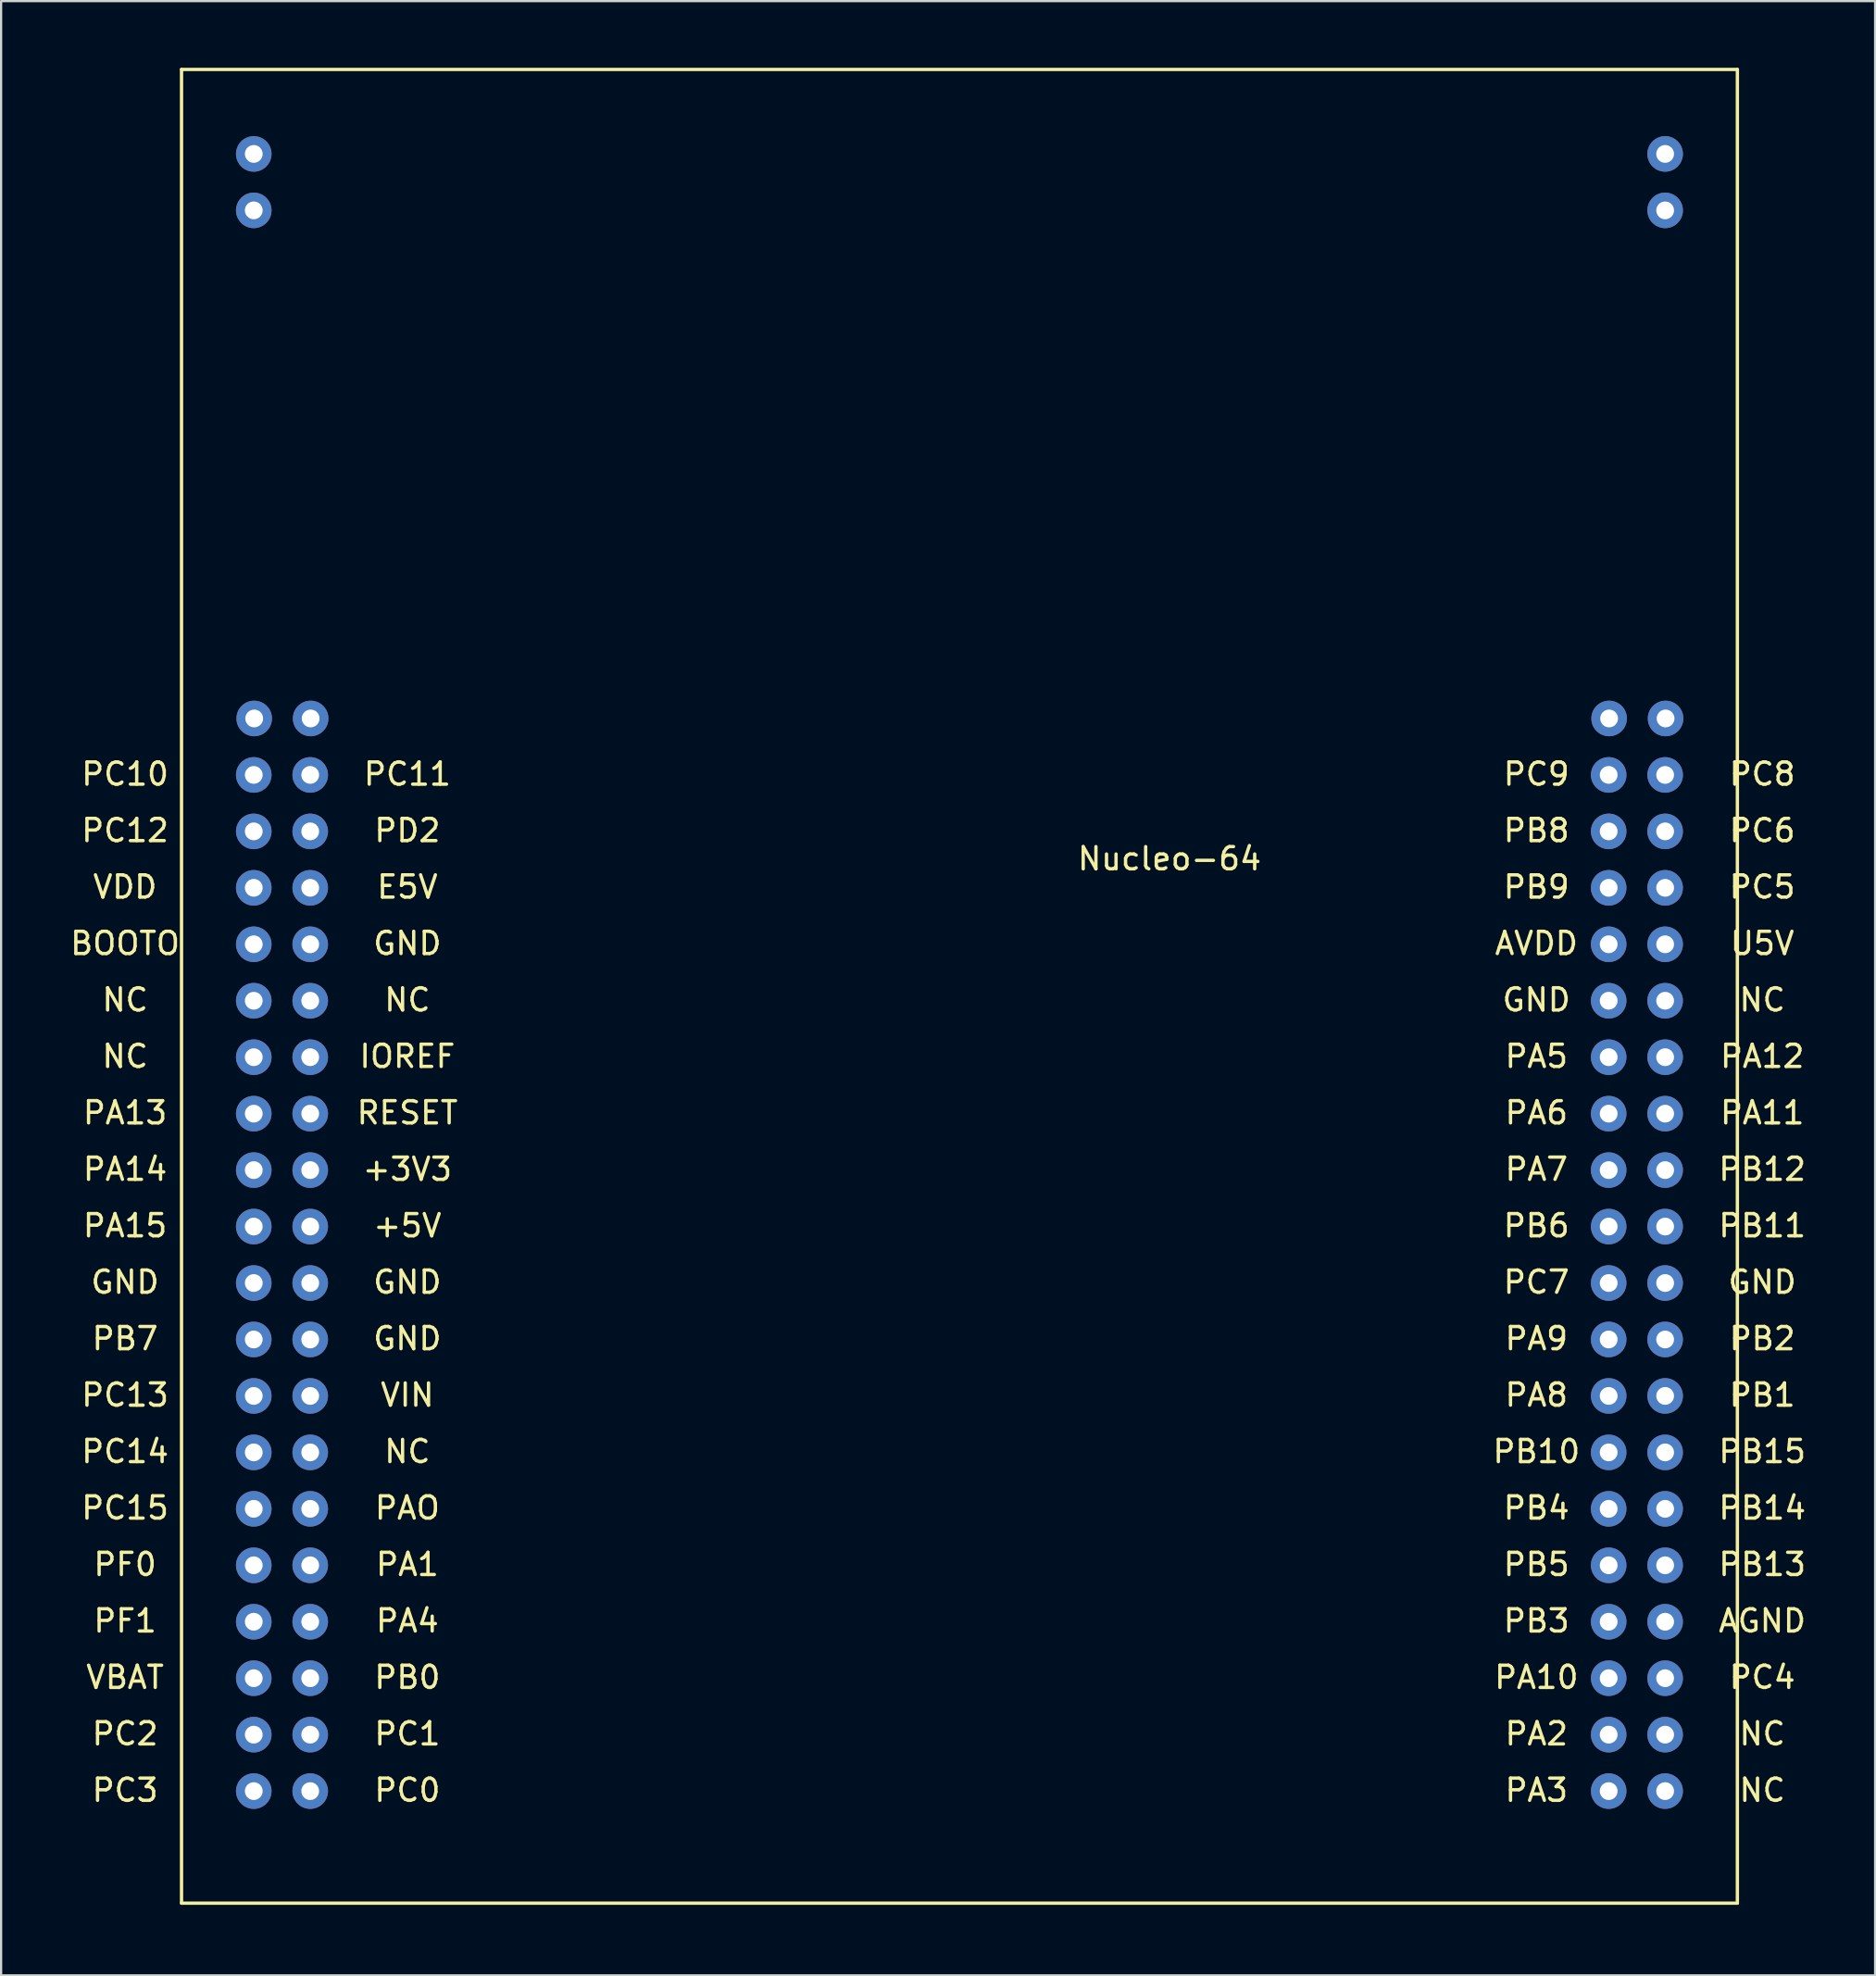
<source format=kicad_pcb>
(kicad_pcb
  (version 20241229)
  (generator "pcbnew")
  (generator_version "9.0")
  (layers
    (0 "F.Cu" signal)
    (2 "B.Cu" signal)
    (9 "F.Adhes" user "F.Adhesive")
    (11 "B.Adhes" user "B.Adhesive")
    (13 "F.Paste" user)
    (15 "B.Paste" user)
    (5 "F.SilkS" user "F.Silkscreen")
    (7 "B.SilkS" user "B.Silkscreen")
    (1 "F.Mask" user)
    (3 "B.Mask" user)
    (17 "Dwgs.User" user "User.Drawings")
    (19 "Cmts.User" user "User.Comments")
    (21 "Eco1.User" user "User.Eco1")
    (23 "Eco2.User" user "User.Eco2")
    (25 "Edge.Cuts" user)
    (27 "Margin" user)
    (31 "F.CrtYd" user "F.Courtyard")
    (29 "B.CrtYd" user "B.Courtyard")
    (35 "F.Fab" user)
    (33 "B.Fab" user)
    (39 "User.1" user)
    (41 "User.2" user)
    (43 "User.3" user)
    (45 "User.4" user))
  (footprint "Nucleo-64"
    (layer "F.Cu")
    (at 5.117 82.575)
    (property "Reference" "Nucleo-64" (at 44.45 -46.99 0) (layer "F.SilkS") (effects (font (size 1 1) (thickness 0.15))))
    (attr through_hole)
    (fp_line (start 0 -82.5) (end 70 -82.5) (stroke (width 0.15) (type solid)) (layer "F.SilkS"))
    (fp_line (start 0 0) (end 0 -82.5) (stroke (width 0.15) (type solid)) (layer "F.SilkS"))
    (fp_line (start 0 0) (end 70 0) (stroke (width 0.15) (type solid)) (layer "F.SilkS"))
    (fp_line (start 70 -82.5) (end 70 0) (stroke (width 0.15) (type solid)) (layer "F.SilkS"))
    (fp_text user "+3V3" (at 10.16 -33.02 0) (layer "F.SilkS") (effects (font (size 1 1) (thickness 0.15))))
    (fp_text user "PC8" (at 71.12 -50.8 0) (layer "F.SilkS") (effects (font (size 1 1) (thickness 0.15))))
    (fp_text user "U5V" (at 71.12 -43.18 0) (layer "F.SilkS") (effects (font (size 1 1) (thickness 0.15))))
    (fp_text user "PC9" (at 60.96 -50.8 0) (layer "F.SilkS") (effects (font (size 1 1) (thickness 0.15))))
    (fp_text user "AGND" (at 71.12 -12.7 0) (layer "F.SilkS") (effects (font (size 1 1) (thickness 0.15))))
    (fp_text user "PB9" (at 60.96 -45.72 0) (layer "F.SilkS") (effects (font (size 1 1) (thickness 0.15))))
    (fp_text user "PC12" (at -2.54 -48.26 0) (layer "F.SilkS") (effects (font (size 1 1) (thickness 0.15))))
    (fp_text user "NC" (at 71.12 -40.64 0) (layer "F.SilkS") (effects (font (size 1 1) (thickness 0.15))))
    (fp_text user "PB2" (at 71.12 -25.4 0) (layer "F.SilkS") (effects (font (size 1 1) (thickness 0.15))))
    (fp_text user "GND" (at 10.16 -25.4 0) (layer "F.SilkS") (effects (font (size 1 1) (thickness 0.15))))
    (fp_text user "PA11" (at 71.12 -35.56 0) (layer "F.SilkS") (effects (font (size 1 1) (thickness 0.15))))
    (fp_text user "PB3" (at 60.96 -12.7 0) (layer "F.SilkS") (effects (font (size 1 1) (thickness 0.15))))
    (fp_text user "PA14" (at -2.54 -33.02 0) (layer "F.SilkS") (effects (font (size 1 1) (thickness 0.15))))
    (fp_text user "PC4" (at 71.12 -10.16 0) (layer "F.SilkS") (effects (font (size 1 1) (thickness 0.15))))
    (fp_text user "GND" (at 60.96 -40.64 0) (layer "F.SilkS") (effects (font (size 1 1) (thickness 0.15))))
    (fp_text user "NC" (at 10.16 -40.64 0) (layer "F.SilkS") (effects (font (size 1 1) (thickness 0.15))))
    (fp_text user "PF1" (at -2.54 -12.7 0) (layer "F.SilkS") (effects (font (size 1 1) (thickness 0.15))))
    (fp_text user "PC11" (at 10.16 -50.8 0) (layer "F.SilkS") (effects (font (size 1 1) (thickness 0.15))))
    (fp_text user "PA6" (at 60.96 -35.56 0) (layer "F.SilkS") (effects (font (size 1 1) (thickness 0.15))))
    (fp_text user "NC" (at -2.54 -40.64 0) (layer "F.SilkS") (effects (font (size 1 1) (thickness 0.15))))
    (fp_text user "NC" (at 10.16 -20.32 0) (layer "F.SilkS") (effects (font (size 1 1) (thickness 0.15))))
    (fp_text user "RESET" (at 10.16 -35.56 0) (layer "F.SilkS") (effects (font (size 1 1) (thickness 0.15))))
    (fp_text user "PB14" (at 71.12 -17.78 0) (layer "F.SilkS") (effects (font (size 1 1) (thickness 0.15))))
    (fp_text user "PB11" (at 71.12 -30.48 0) (layer "F.SilkS") (effects (font (size 1 1) (thickness 0.15))))
    (fp_text user "PC1" (at 10.16 -7.62 0) (layer "F.SilkS") (effects (font (size 1 1) (thickness 0.15))))
    (fp_text user "GND" (at 71.12 -27.94 0) (layer "F.SilkS") (effects (font (size 1 1) (thickness 0.15))))
    (fp_text user "PB5" (at 60.96 -15.24 0) (layer "F.SilkS") (effects (font (size 1 1) (thickness 0.15))))
    (fp_text user "GND" (at -2.54 -27.94 0) (layer "F.SilkS") (effects (font (size 1 1) (thickness 0.15))))
    (fp_text user "PC0" (at 10.16 -5.08 0) (layer "F.SilkS") (effects (font (size 1 1) (thickness 0.15))))
    (fp_text user "PB15" (at 71.12 -20.32 0) (layer "F.SilkS") (effects (font (size 1 1) (thickness 0.15))))
    (fp_text user "PC5" (at 71.12 -45.72 0) (layer "F.SilkS") (effects (font (size 1 1) (thickness 0.15))))
    (fp_text user "PB4" (at 60.96 -17.78 0) (layer "F.SilkS") (effects (font (size 1 1) (thickness 0.15))))
    (fp_text user "PB10" (at 60.96 -20.32 0) (layer "F.SilkS") (effects (font (size 1 1) (thickness 0.15))))
    (fp_text user "GND" (at 10.16 -43.18 0) (layer "F.SilkS") (effects (font (size 1 1) (thickness 0.15))))
    (fp_text user "PB12" (at 71.12 -33.02 0) (layer "F.SilkS") (effects (font (size 1 1) (thickness 0.15))))
    (fp_text user "BOOTO" (at -2.54 -43.18 0) (layer "F.SilkS") (effects (font (size 1 1) (thickness 0.15))))
    (fp_text user "PF0" (at -2.54 -15.24 0) (layer "F.SilkS") (effects (font (size 1 1) (thickness 0.15))))
    (fp_text user "PC13" (at -2.54 -22.86 0) (layer "F.SilkS") (effects (font (size 1 1) (thickness 0.15))))
    (fp_text user "PA2" (at 60.96 -7.62 0) (layer "F.SilkS") (effects (font (size 1 1) (thickness 0.15))))
    (fp_text user "PC10" (at -2.54 -50.8 0) (layer "F.SilkS") (effects (font (size 1 1) (thickness 0.15))))
    (fp_text user "PB7" (at -2.54 -25.4 0) (layer "F.SilkS") (effects (font (size 1 1) (thickness 0.15))))
    (fp_text user "AVDD" (at 60.96 -43.18 0) (layer "F.SilkS") (effects (font (size 1 1) (thickness 0.15))))
    (fp_text user "PC7" (at 60.96 -27.94 0) (layer "F.SilkS") (effects (font (size 1 1) (thickness 0.15))))
    (fp_text user "PB6" (at 60.96 -30.48 0) (layer "F.SilkS") (effects (font (size 1 1) (thickness 0.15))))
    (fp_text user "NC" (at -2.54 -38.1 0) (layer "F.SilkS") (effects (font (size 1 1) (thickness 0.15))))
    (fp_text user "PA3" (at 60.96 -5.08 0) (layer "F.SilkS") (effects (font (size 1 1) (thickness 0.15))))
    (fp_text user "VBAT" (at -2.54 -10.16 0) (layer "F.SilkS") (effects (font (size 1 1) (thickness 0.15))))
    (fp_text user "PC6" (at 71.12 -48.26 0) (layer "F.SilkS") (effects (font (size 1 1) (thickness 0.15))))
    (fp_text user "E5V" (at 10.16 -45.72 0) (layer "F.SilkS") (effects (font (size 1 1) (thickness 0.15))))
    (fp_text user "PA12" (at 71.12 -38.1 0) (layer "F.SilkS") (effects (font (size 1 1) (thickness 0.15))))
    (fp_text user "PC14" (at -2.54 -20.32 0) (layer "F.SilkS") (effects (font (size 1 1) (thickness 0.15))))
    (fp_text user "PB13" (at 71.12 -15.24 0) (layer "F.SilkS") (effects (font (size 1 1) (thickness 0.15))))
    (fp_text user "PA9" (at 60.96 -25.4 0) (layer "F.SilkS") (effects (font (size 1 1) (thickness 0.15))))
    (fp_text user "PA8" (at 60.96 -22.86 0) (layer "F.SilkS") (effects (font (size 1 1) (thickness 0.15))))
    (fp_text user "PC15" (at -2.54 -17.78 0) (layer "F.SilkS") (effects (font (size 1 1) (thickness 0.15))))
    (fp_text user "NC" (at 71.12 -7.62 0) (layer "F.SilkS") (effects (font (size 1 1) (thickness 0.15))))
    (fp_text user "PB0" (at 10.16 -10.16 0) (layer "F.SilkS") (effects (font (size 1 1) (thickness 0.15))))
    (fp_text user "PA10" (at 60.96 -10.16 0) (layer "F.SilkS") (effects (font (size 1 1) (thickness 0.15))))
    (fp_text user "GND" (at 10.16 -27.94 0) (layer "F.SilkS") (effects (font (size 1 1) (thickness 0.15))))
    (fp_text user "PC3" (at -2.54 -5.08 0) (layer "F.SilkS") (effects (font (size 1 1) (thickness 0.15))))
    (fp_text user "PAO" (at 10.16 -17.78 0) (layer "F.SilkS") (effects (font (size 1 1) (thickness 0.15))))
    (fp_text user "PA13" (at -2.54 -35.56 0) (layer "F.SilkS") (effects (font (size 1 1) (thickness 0.15))))
    (fp_text user "PB1" (at 71.12 -22.86 0) (layer "F.SilkS") (effects (font (size 1 1) (thickness 0.15))))
    (fp_text user "PA4" (at 10.16 -12.7 0) (layer "F.SilkS") (effects (font (size 1 1) (thickness 0.15))))
    (fp_text user "NC" (at 71.12 -5.08 0) (layer "F.SilkS") (effects (font (size 1 1) (thickness 0.15))))
    (fp_text user "VIN" (at 10.16 -22.86 0) (layer "F.SilkS") (effects (font (size 1 1) (thickness 0.15))))
    (fp_text user "PA7" (at 60.96 -33.02 0) (layer "F.SilkS") (effects (font (size 1 1) (thickness 0.15))))
    (fp_text user "PA1" (at 10.16 -15.24 0) (layer "F.SilkS") (effects (font (size 1 1) (thickness 0.15))))
    (fp_text user "PB8" (at 60.96 -48.26 0) (layer "F.SilkS") (effects (font (size 1 1) (thickness 0.15))))
    (fp_text user "IOREF" (at 10.16 -38.1 0) (layer "F.SilkS") (effects (font (size 1 1) (thickness 0.15))))
    (fp_text user "PC2" (at -2.54 -7.62 0) (layer "F.SilkS") (effects (font (size 1 1) (thickness 0.15))))
    (fp_text user "PA5" (at 60.96 -38.1 0) (layer "F.SilkS") (effects (font (size 1 1) (thickness 0.15))))
    (fp_text user "VDD" (at -2.54 -45.72 0) (layer "F.SilkS") (effects (font (size 1 1) (thickness 0.15))))
    (fp_text user "+5V" (at 10.16 -30.48 0) (layer "F.SilkS") (effects (font (size 1 1) (thickness 0.15))))
    (fp_text user "PD2" (at 10.16 -48.26 0) (layer "F.SilkS") (effects (font (size 1 1) (thickness 0.15))))
    (fp_text user "PA15" (at -2.54 -30.48 0) (layer "F.SilkS") (effects (font (size 1 1) (thickness 0.15))))
    (pad "1" thru_hole circle (at 3.25 -5.04) (size 1.6 1.6) (drill 0.8) (layers "*.Cu" "*.Mask"))
    (pad "2" thru_hole circle (at 3.25 -7.58) (size 1.6 1.6) (drill 0.8) (layers "*.Cu" "*.Mask"))
    (pad "3" thru_hole circle (at 3.25 -10.12) (size 1.6 1.6) (drill 0.8) (layers "*.Cu" "*.Mask"))
    (pad "4" thru_hole circle (at 3.25 -12.66) (size 1.6 1.6) (drill 0.8) (layers "*.Cu" "*.Mask"))
    (pad "5" thru_hole circle (at 3.25 -15.2) (size 1.6 1.6) (drill 0.8) (layers "*.Cu" "*.Mask"))
    (pad "6" thru_hole circle (at 3.25 -17.74) (size 1.6 1.6) (drill 0.8) (layers "*.Cu" "*.Mask"))
    (pad "7" thru_hole circle (at 3.25 -20.28) (size 1.6 1.6) (drill 0.8) (layers "*.Cu" "*.Mask"))
    (pad "8" thru_hole circle (at 3.25 -22.82) (size 1.6 1.6) (drill 0.8) (layers "*.Cu" "*.Mask"))
    (pad "9" thru_hole circle (at 3.25 -25.36) (size 1.6 1.6) (drill 0.8) (layers "*.Cu" "*.Mask"))
    (pad "10" thru_hole circle (at 3.25 -27.9) (size 1.6 1.6) (drill 0.8) (layers "*.Cu" "*.Mask"))
    (pad "11" thru_hole circle (at 3.25 -30.44) (size 1.6 1.6) (drill 0.8) (layers "*.Cu" "*.Mask"))
    (pad "12" thru_hole circle (at 3.25 -32.98) (size 1.6 1.6) (drill 0.8) (layers "*.Cu" "*.Mask"))
    (pad "13" thru_hole circle (at 3.25 -35.52) (size 1.6 1.6) (drill 0.8) (layers "*.Cu" "*.Mask"))
    (pad "14" thru_hole circle (at 3.25 -38.06) (size 1.6 1.6) (drill 0.8) (layers "*.Cu" "*.Mask"))
    (pad "15" thru_hole circle (at 3.25 -40.6) (size 1.6 1.6) (drill 0.8) (layers "*.Cu" "*.Mask"))
    (pad "16" thru_hole circle (at 3.25 -43.14) (size 1.6 1.6) (drill 0.8) (layers "*.Cu" "*.Mask"))
    (pad "17" thru_hole circle (at 3.25 -45.68) (size 1.6 1.6) (drill 0.8) (layers "*.Cu" "*.Mask"))
    (pad "18" thru_hole circle (at 3.25 -48.22) (size 1.6 1.6) (drill 0.8) (layers "*.Cu" "*.Mask"))
    (pad "19" thru_hole circle (at 3.25 -50.76) (size 1.6 1.6) (drill 0.8) (layers "*.Cu" "*.Mask"))
    (pad "20" thru_hole circle (at 3.27 -53.3) (size 1.6 1.6) (drill 0.8) (layers "*.Cu" "*.Mask"))
    (pad "21" thru_hole circle (at 5.79 -5.04) (size 1.6 1.6) (drill 0.8) (layers "*.Cu" "*.Mask"))
    (pad "22" thru_hole circle (at 5.79 -7.58) (size 1.6 1.6) (drill 0.8) (layers "*.Cu" "*.Mask"))
    (pad "23" thru_hole circle (at 5.79 -10.12) (size 1.6 1.6) (drill 0.8) (layers "*.Cu" "*.Mask"))
    (pad "24" thru_hole circle (at 5.79 -12.66) (size 1.6 1.6) (drill 0.8) (layers "*.Cu" "*.Mask"))
    (pad "25" thru_hole circle (at 5.79 -15.2) (size 1.6 1.6) (drill 0.8) (layers "*.Cu" "*.Mask"))
    (pad "26" thru_hole circle (at 5.79 -17.74) (size 1.6 1.6) (drill 0.8) (layers "*.Cu" "*.Mask"))
    (pad "27" thru_hole circle (at 5.79 -20.28) (size 1.6 1.6) (drill 0.8) (layers "*.Cu" "*.Mask"))
    (pad "28" thru_hole circle (at 5.79 -22.82) (size 1.6 1.6) (drill 0.8) (layers "*.Cu" "*.Mask"))
    (pad "29" thru_hole circle (at 5.79 -25.36) (size 1.6 1.6) (drill 0.8) (layers "*.Cu" "*.Mask"))
    (pad "30" thru_hole circle (at 5.79 -27.9) (size 1.6 1.6) (drill 0.8) (layers "*.Cu" "*.Mask"))
    (pad "31" thru_hole circle (at 5.79 -30.44) (size 1.6 1.6) (drill 0.8) (layers "*.Cu" "*.Mask"))
    (pad "32" thru_hole circle (at 5.79 -32.98) (size 1.6 1.6) (drill 0.8) (layers "*.Cu" "*.Mask"))
    (pad "33" thru_hole circle (at 5.79 -35.52) (size 1.6 1.6) (drill 0.8) (layers "*.Cu" "*.Mask"))
    (pad "34" thru_hole circle (at 5.79 -38.06) (size 1.6 1.6) (drill 0.8) (layers "*.Cu" "*.Mask"))
    (pad "35" thru_hole circle (at 5.79 -40.6) (size 1.6 1.6) (drill 0.8) (layers "*.Cu" "*.Mask"))
    (pad "36" thru_hole circle (at 5.79 -43.14) (size 1.6 1.6) (drill 0.8) (layers "*.Cu" "*.Mask"))
    (pad "37" thru_hole circle (at 5.79 -45.68) (size 1.6 1.6) (drill 0.8) (layers "*.Cu" "*.Mask"))
    (pad "38" thru_hole circle (at 5.79 -48.22) (size 1.6 1.6) (drill 0.8) (layers "*.Cu" "*.Mask"))
    (pad "39" thru_hole circle (at 5.79 -50.76) (size 1.6 1.6) (drill 0.8) (layers "*.Cu" "*.Mask"))
    (pad "40" thru_hole circle (at 5.81 -53.3) (size 1.6 1.6) (drill 0.8) (layers "*.Cu" "*.Mask"))
    (pad "41" thru_hole circle (at 66.75 -5.04) (size 1.6 1.6) (drill 0.8) (layers "*.Cu" "*.Mask"))
    (pad "42" thru_hole circle (at 66.75 -7.58) (size 1.6 1.6) (drill 0.8) (layers "*.Cu" "*.Mask"))
    (pad "43" thru_hole circle (at 66.75 -10.12) (size 1.6 1.6) (drill 0.8) (layers "*.Cu" "*.Mask"))
    (pad "44" thru_hole circle (at 66.75 -12.66) (size 1.6 1.6) (drill 0.8) (layers "*.Cu" "*.Mask"))
    (pad "45" thru_hole circle (at 66.75 -15.2) (size 1.6 1.6) (drill 0.8) (layers "*.Cu" "*.Mask"))
    (pad "46" thru_hole circle (at 66.75 -17.74) (size 1.6 1.6) (drill 0.8) (layers "*.Cu" "*.Mask"))
    (pad "47" thru_hole circle (at 66.75 -20.28) (size 1.6 1.6) (drill 0.8) (layers "*.Cu" "*.Mask"))
    (pad "48" thru_hole circle (at 66.75 -22.82) (size 1.6 1.6) (drill 0.8) (layers "*.Cu" "*.Mask"))
    (pad "49" thru_hole circle (at 66.75 -25.36) (size 1.6 1.6) (drill 0.8) (layers "*.Cu" "*.Mask"))
    (pad "50" thru_hole circle (at 66.75 -27.9) (size 1.6 1.6) (drill 0.8) (layers "*.Cu" "*.Mask"))
    (pad "51" thru_hole circle (at 66.75 -30.44) (size 1.6 1.6) (drill 0.8) (layers "*.Cu" "*.Mask"))
    (pad "52" thru_hole circle (at 66.75 -32.98) (size 1.6 1.6) (drill 0.8) (layers "*.Cu" "*.Mask"))
    (pad "53" thru_hole circle (at 66.75 -35.52) (size 1.6 1.6) (drill 0.8) (layers "*.Cu" "*.Mask"))
    (pad "54" thru_hole circle (at 66.75 -38.06) (size 1.6 1.6) (drill 0.8) (layers "*.Cu" "*.Mask"))
    (pad "55" thru_hole circle (at 66.75 -40.6) (size 1.6 1.6) (drill 0.8) (layers "*.Cu" "*.Mask"))
    (pad "56" thru_hole circle (at 66.75 -43.14) (size 1.6 1.6) (drill 0.8) (layers "*.Cu" "*.Mask"))
    (pad "57" thru_hole circle (at 66.75 -45.68) (size 1.6 1.6) (drill 0.8) (layers "*.Cu" "*.Mask"))
    (pad "58" thru_hole circle (at 66.75 -48.22) (size 1.6 1.6) (drill 0.8) (layers "*.Cu" "*.Mask"))
    (pad "59" thru_hole circle (at 66.75 -50.76) (size 1.6 1.6) (drill 0.8) (layers "*.Cu" "*.Mask"))
    (pad "60" thru_hole circle (at 66.77 -53.3) (size 1.6 1.6) (drill 0.8) (layers "*.Cu" "*.Mask"))
    (pad "61" thru_hole circle (at 64.21 -5.04) (size 1.6 1.6) (drill 0.8) (layers "*.Cu" "*.Mask"))
    (pad "62" thru_hole circle (at 64.21 -7.58) (size 1.6 1.6) (drill 0.8) (layers "*.Cu" "*.Mask"))
    (pad "63" thru_hole circle (at 64.21 -10.12) (size 1.6 1.6) (drill 0.8) (layers "*.Cu" "*.Mask"))
    (pad "64" thru_hole circle (at 64.21 -12.66) (size 1.6 1.6) (drill 0.8) (layers "*.Cu" "*.Mask"))
    (pad "65" thru_hole circle (at 64.21 -15.2) (size 1.6 1.6) (drill 0.8) (layers "*.Cu" "*.Mask"))
    (pad "66" thru_hole circle (at 64.21 -17.74) (size 1.6 1.6) (drill 0.8) (layers "*.Cu" "*.Mask"))
    (pad "67" thru_hole circle (at 64.21 -20.28) (size 1.6 1.6) (drill 0.8) (layers "*.Cu" "*.Mask"))
    (pad "68" thru_hole circle (at 64.21 -22.82) (size 1.6 1.6) (drill 0.8) (layers "*.Cu" "*.Mask"))
    (pad "69" thru_hole circle (at 64.21 -25.36) (size 1.6 1.6) (drill 0.8) (layers "*.Cu" "*.Mask"))
    (pad "70" thru_hole circle (at 64.21 -27.9) (size 1.6 1.6) (drill 0.8) (layers "*.Cu" "*.Mask"))
    (pad "71" thru_hole circle (at 64.21 -30.44) (size 1.6 1.6) (drill 0.8) (layers "*.Cu" "*.Mask"))
    (pad "72" thru_hole circle (at 64.21 -32.98) (size 1.6 1.6) (drill 0.8) (layers "*.Cu" "*.Mask"))
    (pad "73" thru_hole circle (at 64.21 -35.52) (size 1.6 1.6) (drill 0.8) (layers "*.Cu" "*.Mask"))
    (pad "74" thru_hole circle (at 64.21 -38.06) (size 1.6 1.6) (drill 0.8) (layers "*.Cu" "*.Mask"))
    (pad "75" thru_hole circle (at 64.21 -40.6) (size 1.6 1.6) (drill 0.8) (layers "*.Cu" "*.Mask"))
    (pad "76" thru_hole circle (at 64.21 -43.14) (size 1.6 1.6) (drill 0.8) (layers "*.Cu" "*.Mask"))
    (pad "77" thru_hole circle (at 64.21 -45.68) (size 1.6 1.6) (drill 0.8) (layers "*.Cu" "*.Mask"))
    (pad "78" thru_hole circle (at 64.21 -48.22) (size 1.6 1.6) (drill 0.8) (layers "*.Cu" "*.Mask"))
    (pad "79" thru_hole circle (at 64.21 -50.76) (size 1.6 1.6) (drill 0.8) (layers "*.Cu" "*.Mask"))
    (pad "80" thru_hole circle (at 64.23 -53.3) (size 1.6 1.6) (drill 0.8) (layers "*.Cu" "*.Mask"))
    (pad "81" thru_hole circle (at 66.75 -76.16) (size 1.6 1.6) (drill 0.8) (layers "*.Cu" "*.Mask"))
    (pad "82" thru_hole circle (at 66.75 -78.7) (size 1.6 1.6) (drill 0.8) (layers "*.Cu" "*.Mask"))
    (pad "83" thru_hole circle (at 3.25 -78.7) (size 1.6 1.6) (drill 0.8) (layers "*.Cu" "*.Mask"))
    (pad "84" thru_hole circle (at 3.25 -76.16) (size 1.6 1.6) (drill 0.8) (layers "*.Cu" "*.Mask")))
  (gr_rect
    (start -3 -3)
    (end 81.315 85.825)
    (stroke (width 0.1) (type default))
    (fill no)
    (layer "Edge.Cuts")))
</source>
